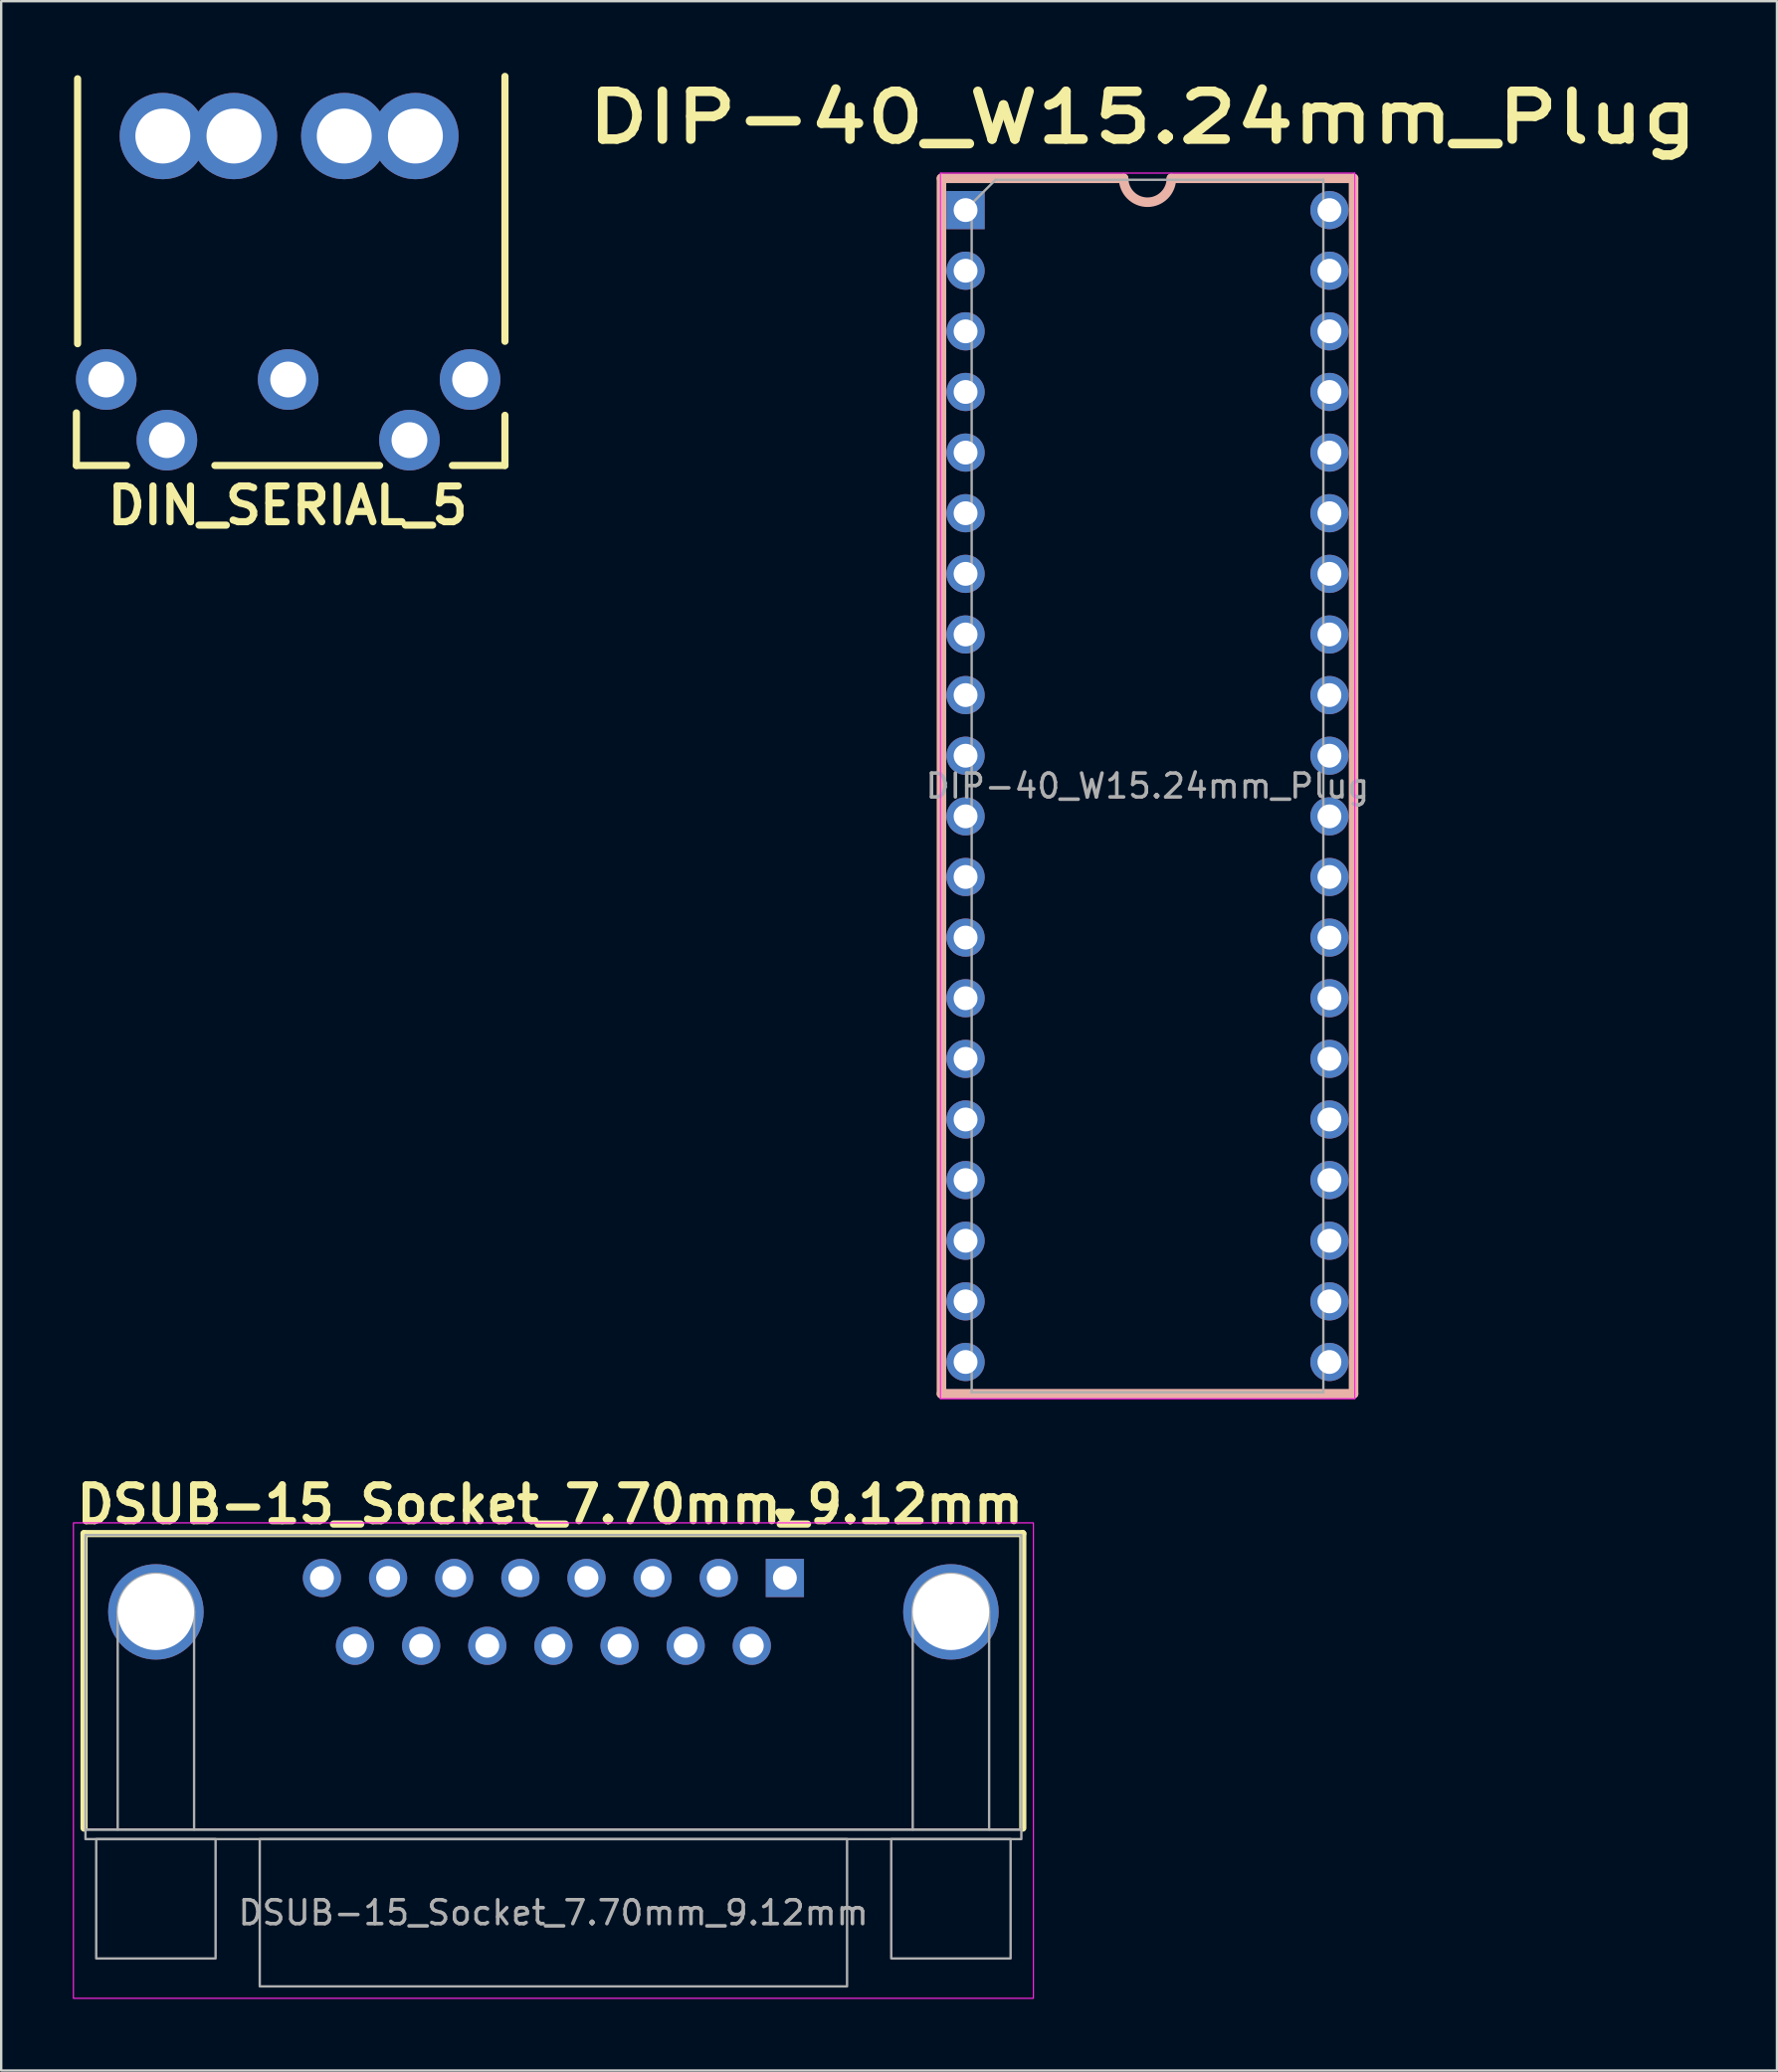
<source format=kicad_pcb>
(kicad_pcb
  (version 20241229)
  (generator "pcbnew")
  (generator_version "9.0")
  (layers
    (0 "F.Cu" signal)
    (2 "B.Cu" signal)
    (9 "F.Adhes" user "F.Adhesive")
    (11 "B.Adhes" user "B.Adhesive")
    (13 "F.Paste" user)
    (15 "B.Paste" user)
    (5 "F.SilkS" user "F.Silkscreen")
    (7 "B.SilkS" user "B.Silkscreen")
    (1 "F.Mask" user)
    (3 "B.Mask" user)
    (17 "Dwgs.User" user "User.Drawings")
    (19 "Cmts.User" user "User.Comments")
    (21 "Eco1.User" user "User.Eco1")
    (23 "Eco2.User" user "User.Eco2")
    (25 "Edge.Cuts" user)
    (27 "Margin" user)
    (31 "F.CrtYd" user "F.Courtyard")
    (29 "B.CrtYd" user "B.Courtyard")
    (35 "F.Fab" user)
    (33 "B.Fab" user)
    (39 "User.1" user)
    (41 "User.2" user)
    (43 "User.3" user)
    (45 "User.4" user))
  (footprint "DSUB-15_Socket_7.70mm_9.12mm"
    (layer "F.Cu")
    (at 29.825 63.061)
    (property "Reference" "DSUB-15_Socket_7.70mm_9.12mm" (at -29.82 -3.08 0) (layer "F.SilkS") (effects (font (size 1.5 1.5) (thickness 0.3) (bold yes)) (justify left)))
    (attr through_hole)
    (fp_line (start -29.355 -1.86) (end 9.965 -1.86) (stroke (width 0.3) (type solid)) (layer "F.SilkS"))
    (fp_line (start -29.355 10.48) (end -29.355 -1.86) (stroke (width 0.3) (type solid)) (layer "F.SilkS"))
    (fp_line (start -0.25 -2.754) (end 0.25 -2.754) (stroke (width 0.3) (type solid)) (layer "F.SilkS"))
    (fp_line (start 0 -2.321) (end -0.25 -2.754) (stroke (width 0.3) (type solid)) (layer "F.SilkS"))
    (fp_line (start 0.25 -2.754) (end 0 -2.321) (stroke (width 0.3) (type solid)) (layer "F.SilkS"))
    (fp_line (start 9.965 -1.86) (end 9.965 10.48) (stroke (width 0.3) (type solid)) (layer "F.SilkS"))
    (fp_rect (start -29.8 -2.31) (end 10.41 17.61) (stroke (width 0.05) (type solid)) (fill no) (layer "F.CrtYd"))
    (fp_line (start -27.945 10.54) (end -27.945 1.42) (stroke (width 0.1) (type solid)) (layer "F.Fab"))
    (fp_line (start -24.745 10.54) (end -24.745 1.42) (stroke (width 0.1) (type solid)) (layer "F.Fab"))
    (fp_line (start 5.355 10.54) (end 5.355 1.42) (stroke (width 0.1) (type solid)) (layer "F.Fab"))
    (fp_line (start 8.555 10.54) (end 8.555 1.42) (stroke (width 0.1) (type solid)) (layer "F.Fab"))
    (fp_rect (start -29.295 -1.8) (end 9.905 10.54) (stroke (width 0.1) (type solid)) (fill no) (layer "F.Fab"))
    (fp_rect (start -29.295 10.54) (end 9.905 10.94) (stroke (width 0.1) (type solid)) (fill no) (layer "F.Fab"))
    (fp_rect (start -28.845 10.94) (end -23.845 15.94) (stroke (width 0.1) (type solid)) (fill no) (layer "F.Fab"))
    (fp_rect (start -21.995 10.94) (end 2.605 17.11) (stroke (width 0.1) (type solid)) (fill no) (layer "F.Fab"))
    (fp_rect (start 4.455 10.94) (end 9.455 15.94) (stroke (width 0.1) (type solid)) (fill no) (layer "F.Fab"))
    (fp_arc (start -27.945 1.42) (mid -26.345 -0.18) (end -24.745 1.42) (stroke (width 0.1) (type solid)) (layer "F.Fab"))
    (fp_arc (start 5.355 1.42) (mid 6.955 -0.18) (end 8.555 1.42) (stroke (width 0.1) (type solid)) (layer "F.Fab"))
    (fp_text user "${REFERENCE}" (at -9.695 14.025 0) (layer "F.Fab") (effects (font (size 1 1) (thickness 0.15))))
    (pad "0" thru_hole circle (at -26.345 1.42) (size 4 4) (drill 3.2) (layers "*.Cu" "*.Mask"))
    (pad "0" thru_hole circle (at 6.955 1.42) (size 4 4) (drill 3.2) (layers "*.Cu" "*.Mask"))
    (pad "1" thru_hole rect (at 0 0) (size 1.6 1.6) (drill 1) (layers "*.Cu" "*.Mask"))
    (pad "2" thru_hole circle (at -2.77 0) (size 1.6 1.6) (drill 1) (layers "*.Cu" "*.Mask"))
    (pad "3" thru_hole circle (at -5.54 0) (size 1.6 1.6) (drill 1) (layers "*.Cu" "*.Mask"))
    (pad "4" thru_hole circle (at -8.31 0) (size 1.6 1.6) (drill 1) (layers "*.Cu" "*.Mask"))
    (pad "5" thru_hole circle (at -11.08 0) (size 1.6 1.6) (drill 1) (layers "*.Cu" "*.Mask"))
    (pad "6" thru_hole circle (at -13.85 0) (size 1.6 1.6) (drill 1) (layers "*.Cu" "*.Mask"))
    (pad "7" thru_hole circle (at -16.62 0) (size 1.6 1.6) (drill 1) (layers "*.Cu" "*.Mask"))
    (pad "8" thru_hole circle (at -19.39 0) (size 1.6 1.6) (drill 1) (layers "*.Cu" "*.Mask"))
    (pad "9" thru_hole circle (at -1.385 2.84) (size 1.6 1.6) (drill 1) (layers "*.Cu" "*.Mask"))
    (pad "10" thru_hole circle (at -4.155 2.84) (size 1.6 1.6) (drill 1) (layers "*.Cu" "*.Mask"))
    (pad "11" thru_hole circle (at -6.925 2.84) (size 1.6 1.6) (drill 1) (layers "*.Cu" "*.Mask"))
    (pad "12" thru_hole circle (at -9.695 2.84) (size 1.6 1.6) (drill 1) (layers "*.Cu" "*.Mask"))
    (pad "13" thru_hole circle (at -12.465 2.84) (size 1.6 1.6) (drill 1) (layers "*.Cu" "*.Mask"))
    (pad "14" thru_hole circle (at -15.235 2.84) (size 1.6 1.6) (drill 1) (layers "*.Cu" "*.Mask"))
    (pad "15" thru_hole circle (at -18.005 2.84) (size 1.6 1.6) (drill 1) (layers "*.Cu" "*.Mask")))
  (footprint "DIP-40_W15.24mm_Plug"
    (layer "F.Cu")
    (at 37.394 5.752)
    (property "Reference" "DIP-40_W15.24mm_Plug" (at 7.42 -3.88 0) (layer "F.SilkS") (effects (font (size 2 2.5) (thickness 0.4) (bold yes))))
    (attr through_hole)
    (fp_line (start -1.01 -1.33) (end -1.01 49.59) (stroke (width 0.4) (type solid)) (layer "B.SilkS"))
    (fp_line (start -1.01 49.59) (end 16.25 49.59) (stroke (width 0.4) (type solid)) (layer "B.SilkS"))
    (fp_line (start 6.62 -1.33) (end -1.01 -1.33) (stroke (width 0.4) (type solid)) (layer "B.SilkS"))
    (fp_line (start 16.25 -1.33) (end 8.62 -1.33) (stroke (width 0.4) (type solid)) (layer "B.SilkS"))
    (fp_line (start 16.25 49.59) (end 16.25 -1.33) (stroke (width 0.4) (type solid)) (layer "B.SilkS"))
    (fp_arc (start 8.62 -1.33) (mid 7.62 -0.33) (end 6.62 -1.33) (stroke (width 0.4) (type solid)) (layer "B.SilkS"))
    (fp_line (start -1.05 -1.55) (end -1.05 49.8) (stroke (width 0.05) (type solid)) (layer "F.CrtYd"))
    (fp_line (start -1.05 49.8) (end 16.3 49.8) (stroke (width 0.05) (type solid)) (layer "F.CrtYd"))
    (fp_line (start 16.3 -1.55) (end -1.05 -1.55) (stroke (width 0.05) (type solid)) (layer "F.CrtYd"))
    (fp_line (start 16.3 49.8) (end 16.3 -1.55) (stroke (width 0.05) (type solid)) (layer "F.CrtYd"))
    (fp_line (start 0.255 -0.27) (end 1.255 -1.27) (stroke (width 0.1) (type solid)) (layer "F.Fab"))
    (fp_line (start 0.255 49.53) (end 0.255 -0.27) (stroke (width 0.1) (type solid)) (layer "F.Fab"))
    (fp_line (start 1.255 -1.27) (end 14.985 -1.27) (stroke (width 0.1) (type solid)) (layer "F.Fab"))
    (fp_line (start 14.985 -1.27) (end 14.985 49.53) (stroke (width 0.1) (type solid)) (layer "F.Fab"))
    (fp_line (start 14.985 49.53) (end 0.255 49.53) (stroke (width 0.1) (type solid)) (layer "F.Fab"))
    (fp_text user "${REFERENCE}" (at 7.62 24.13 0) (layer "F.Fab") (effects (font (size 1 1) (thickness 0.15))))
    (pad "1" thru_hole rect (at 0 0) (size 1.6 1.6) (drill 1) (layers "*.Cu" "*.Mask"))
    (pad "2" thru_hole oval (at 0 2.54) (size 1.6 1.6) (drill 1) (layers "*.Cu" "*.Mask"))
    (pad "3" thru_hole oval (at 0 5.08) (size 1.6 1.6) (drill 1) (layers "*.Cu" "*.Mask"))
    (pad "4" thru_hole oval (at 0 7.62) (size 1.6 1.6) (drill 1) (layers "*.Cu" "*.Mask"))
    (pad "5" thru_hole oval (at 0 10.16) (size 1.6 1.6) (drill 1) (layers "*.Cu" "*.Mask"))
    (pad "6" thru_hole oval (at 0 12.7) (size 1.6 1.6) (drill 1) (layers "*.Cu" "*.Mask"))
    (pad "7" thru_hole oval (at 0 15.24) (size 1.6 1.6) (drill 1) (layers "*.Cu" "*.Mask"))
    (pad "8" thru_hole oval (at 0 17.78) (size 1.6 1.6) (drill 1) (layers "*.Cu" "*.Mask"))
    (pad "9" thru_hole oval (at 0 20.32) (size 1.6 1.6) (drill 1) (layers "*.Cu" "*.Mask"))
    (pad "10" thru_hole oval (at 0 22.86) (size 1.6 1.6) (drill 1) (layers "*.Cu" "*.Mask"))
    (pad "11" thru_hole oval (at 0 25.4) (size 1.6 1.6) (drill 1) (layers "*.Cu" "*.Mask"))
    (pad "12" thru_hole oval (at 0 27.94) (size 1.6 1.6) (drill 1) (layers "*.Cu" "*.Mask"))
    (pad "13" thru_hole oval (at 0 30.48) (size 1.6 1.6) (drill 1) (layers "*.Cu" "*.Mask"))
    (pad "14" thru_hole oval (at 0 33.02) (size 1.6 1.6) (drill 1) (layers "*.Cu" "*.Mask"))
    (pad "15" thru_hole oval (at 0 35.56) (size 1.6 1.6) (drill 1) (layers "*.Cu" "*.Mask"))
    (pad "16" thru_hole oval (at 0 38.1) (size 1.6 1.6) (drill 1) (layers "*.Cu" "*.Mask"))
    (pad "17" thru_hole oval (at 0 40.64) (size 1.6 1.6) (drill 1) (layers "*.Cu" "*.Mask"))
    (pad "18" thru_hole oval (at 0 43.18) (size 1.6 1.6) (drill 1) (layers "*.Cu" "*.Mask"))
    (pad "19" thru_hole oval (at 0 45.72) (size 1.6 1.6) (drill 1) (layers "*.Cu" "*.Mask"))
    (pad "20" thru_hole oval (at 0 48.26) (size 1.6 1.6) (drill 1) (layers "*.Cu" "*.Mask"))
    (pad "21" thru_hole oval (at 15.24 48.26) (size 1.6 1.6) (drill 1) (layers "*.Cu" "*.Mask"))
    (pad "22" thru_hole oval (at 15.24 45.72) (size 1.6 1.6) (drill 1) (layers "*.Cu" "*.Mask"))
    (pad "23" thru_hole oval (at 15.24 43.18) (size 1.6 1.6) (drill 1) (layers "*.Cu" "*.Mask"))
    (pad "24" thru_hole oval (at 15.24 40.64) (size 1.6 1.6) (drill 1) (layers "*.Cu" "*.Mask"))
    (pad "25" thru_hole oval (at 15.24 38.1) (size 1.6 1.6) (drill 1) (layers "*.Cu" "*.Mask"))
    (pad "26" thru_hole oval (at 15.24 35.56) (size 1.6 1.6) (drill 1) (layers "*.Cu" "*.Mask"))
    (pad "27" thru_hole oval (at 15.24 33.02) (size 1.6 1.6) (drill 1) (layers "*.Cu" "*.Mask"))
    (pad "28" thru_hole oval (at 15.24 30.48) (size 1.6 1.6) (drill 1) (layers "*.Cu" "*.Mask"))
    (pad "29" thru_hole oval (at 15.24 27.94) (size 1.6 1.6) (drill 1) (layers "*.Cu" "*.Mask"))
    (pad "30" thru_hole oval (at 15.24 25.4) (size 1.6 1.6) (drill 1) (layers "*.Cu" "*.Mask"))
    (pad "31" thru_hole oval (at 15.24 22.86) (size 1.6 1.6) (drill 1) (layers "*.Cu" "*.Mask"))
    (pad "32" thru_hole oval (at 15.24 20.32) (size 1.6 1.6) (drill 1) (layers "*.Cu" "*.Mask"))
    (pad "33" thru_hole oval (at 15.24 17.78) (size 1.6 1.6) (drill 1) (layers "*.Cu" "*.Mask"))
    (pad "34" thru_hole oval (at 15.24 15.24) (size 1.6 1.6) (drill 1) (layers "*.Cu" "*.Mask"))
    (pad "35" thru_hole oval (at 15.24 12.7) (size 1.6 1.6) (drill 1) (layers "*.Cu" "*.Mask"))
    (pad "36" thru_hole oval (at 15.24 10.16) (size 1.6 1.6) (drill 1) (layers "*.Cu" "*.Mask"))
    (pad "37" thru_hole oval (at 15.24 7.62) (size 1.6 1.6) (drill 1) (layers "*.Cu" "*.Mask"))
    (pad "38" thru_hole oval (at 15.24 5.08) (size 1.6 1.6) (drill 1) (layers "*.Cu" "*.Mask"))
    (pad "39" thru_hole oval (at 15.24 2.54) (size 1.6 1.6) (drill 1) (layers "*.Cu" "*.Mask"))
    (pad "40" thru_hole oval (at 15.24 0) (size 1.6 1.6) (drill 1) (layers "*.Cu" "*.Mask")))
  (footprint "DIN_SERIAL_5"
    (layer "F.Cu")
    (at 1.4 12.85)
    (property "Reference" "DIN_SERIAL_5" (at 7.6 5.28 0) (layer "F.SilkS") (effects (font (size 1.5 1.5) (thickness 0.3) (bold yes))))
    (attr through_hole)
    (fp_line (start -1.25 1.4) (end -1.25 3.6) (stroke (width 0.3) (type default)) (layer "F.SilkS"))
    (fp_line (start -1.25 3.6) (end 0.85 3.6) (stroke (width 0.3) (type default)) (layer "F.SilkS"))
    (fp_line (start -1.2 -1.5) (end -1.2 -12.6) (stroke (width 0.3) (type default)) (layer "F.SilkS"))
    (fp_line (start 4.55 3.6) (end 11.45 3.6) (stroke (width 0.3) (type default)) (layer "F.SilkS"))
    (fp_line (start 14.5 3.6) (end 16.7 3.6) (stroke (width 0.3) (type default)) (layer "F.SilkS"))
    (fp_line (start 16.7 -1.6) (end 16.7 -12.7) (stroke (width 0.3) (type default)) (layer "F.SilkS"))
    (fp_line (start 16.7 3.6) (end 16.7 1.5) (stroke (width 0.3) (type default)) (layer "F.SilkS"))
    (pad "1" thru_hole circle (at 0 0 180) (size 2.54 2.54) (drill 1.5) (layers "*.Cu" "*.Mask"))
    (pad "2" thru_hole circle (at 2.54 2.54 180) (size 2.54 2.54) (drill 1.5) (layers "*.Cu" "*.Mask"))
    (pad "3" thru_hole circle (at 7.62 0 180) (size 2.54 2.54) (drill 1.5) (layers "*.Cu" "*.Mask"))
    (pad "4" thru_hole circle (at 12.7 2.54 180) (size 2.54 2.54) (drill 1.5) (layers "*.Cu" "*.Mask"))
    (pad "5" thru_hole circle (at 15.24 0 180) (size 2.54 2.54) (drill 1.5) (layers "*.Cu" "*.Mask"))
    (pad "S" thru_hole circle (at 2.37 -10.2 180) (size 3.616 3.616) (drill 2.3) (layers "*.Cu" "*.Mask"))
    (pad "S" thru_hole circle (at 5.35 -10.2 180) (size 3.616 3.616) (drill 2.3) (layers "*.Cu" "*.Mask"))
    (pad "S" thru_hole circle (at 9.97 -10.2 180) (size 3.616 3.616) (drill 2.3) (layers "*.Cu" "*.Mask"))
    (pad "S" thru_hole circle (at 12.95 -10.2 180) (size 3.616 3.616) (drill 2.3) (layers "*.Cu" "*.Mask")))
  (gr_rect
    (start -3 -3)
    (end 71.379 83.696)
    (stroke (width 0.1) (type default))
    (fill no)
    (layer "Edge.Cuts")))
</source>
